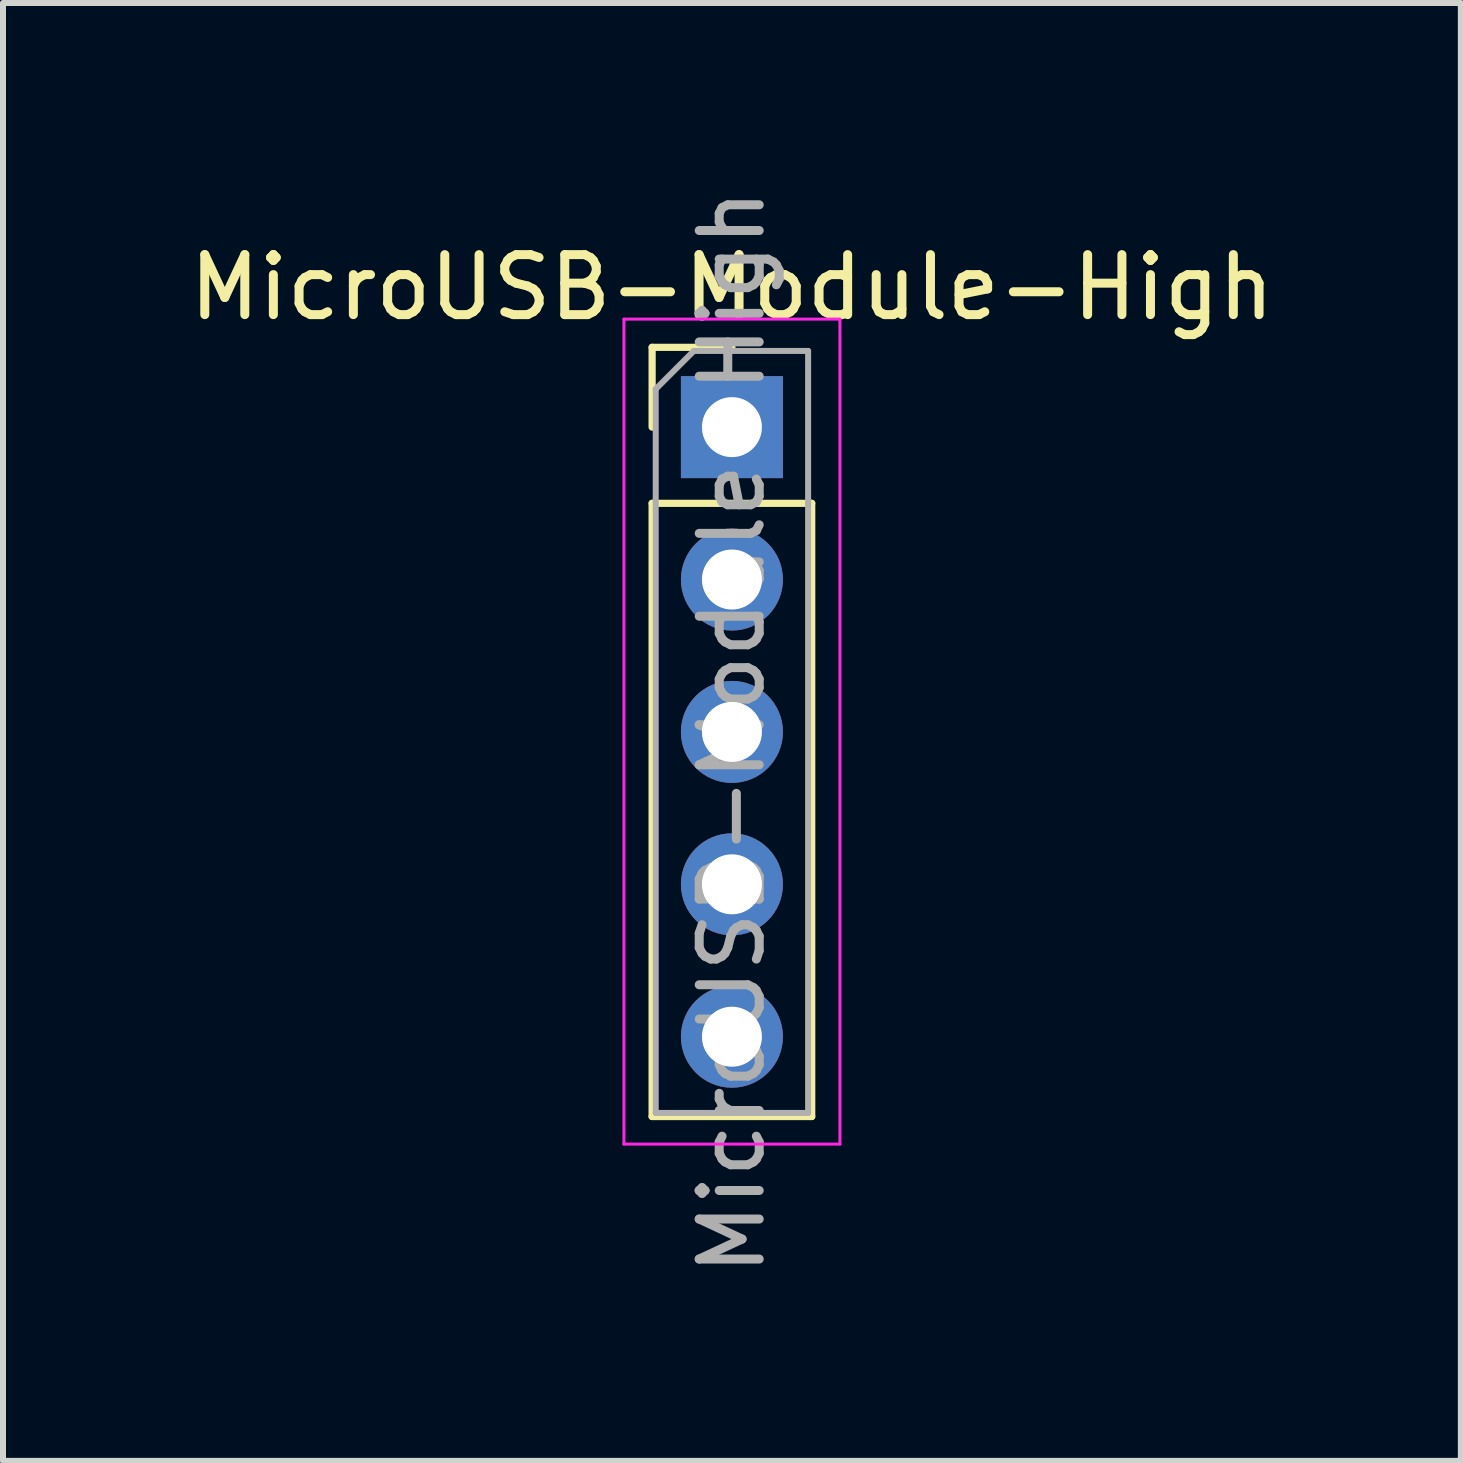
<source format=kicad_pcb>
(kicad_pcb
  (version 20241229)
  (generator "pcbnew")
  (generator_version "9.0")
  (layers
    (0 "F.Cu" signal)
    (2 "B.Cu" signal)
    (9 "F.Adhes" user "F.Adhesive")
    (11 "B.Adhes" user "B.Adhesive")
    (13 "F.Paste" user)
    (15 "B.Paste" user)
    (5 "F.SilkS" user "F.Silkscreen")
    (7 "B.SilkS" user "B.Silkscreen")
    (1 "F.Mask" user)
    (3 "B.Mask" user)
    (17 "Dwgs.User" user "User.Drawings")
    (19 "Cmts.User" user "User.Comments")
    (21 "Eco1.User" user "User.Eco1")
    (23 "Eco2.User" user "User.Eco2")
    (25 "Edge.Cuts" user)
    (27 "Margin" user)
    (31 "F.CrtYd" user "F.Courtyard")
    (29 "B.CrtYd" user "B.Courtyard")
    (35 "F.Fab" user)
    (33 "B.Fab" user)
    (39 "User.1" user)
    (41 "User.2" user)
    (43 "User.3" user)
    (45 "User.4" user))
  (footprint "MicroUSB-Module-High"
    (layer "F.Cu")
    (at 9.149 4.069)
    (property "Reference" "MicroUSB-Module-High" (at 0 -2.33 0) (layer "F.SilkS") (effects (font (size 1 1) (thickness 0.15))))
    (attr through_hole)
    (fp_line (start -1.33 -1.33) (end 0 -1.33) (stroke (width 0.12) (type solid)) (layer "F.SilkS"))
    (fp_line (start -1.33 0) (end -1.33 -1.33) (stroke (width 0.12) (type solid)) (layer "F.SilkS"))
    (fp_line (start -1.33 1.27) (end -1.33 11.49) (stroke (width 0.12) (type solid)) (layer "F.SilkS"))
    (fp_line (start -1.33 1.27) (end 1.33 1.27) (stroke (width 0.12) (type solid)) (layer "F.SilkS"))
    (fp_line (start -1.33 11.49) (end 1.33 11.49) (stroke (width 0.12) (type solid)) (layer "F.SilkS"))
    (fp_line (start 1.33 1.27) (end 1.33 11.49) (stroke (width 0.12) (type solid)) (layer "F.SilkS"))
    (fp_line (start -1.8 -1.8) (end -1.8 11.95) (stroke (width 0.05) (type solid)) (layer "F.CrtYd"))
    (fp_line (start -1.8 11.95) (end 1.8 11.95) (stroke (width 0.05) (type solid)) (layer "F.CrtYd"))
    (fp_line (start 1.8 -1.8) (end -1.8 -1.8) (stroke (width 0.05) (type solid)) (layer "F.CrtYd"))
    (fp_line (start 1.8 11.95) (end 1.8 -1.8) (stroke (width 0.05) (type solid)) (layer "F.CrtYd"))
    (fp_line (start -1.27 -0.635) (end -0.635 -1.27) (stroke (width 0.1) (type solid)) (layer "F.Fab"))
    (fp_line (start -1.27 11.43) (end -1.27 -0.635) (stroke (width 0.1) (type solid)) (layer "F.Fab"))
    (fp_line (start -0.635 -1.27) (end 1.27 -1.27) (stroke (width 0.1) (type solid)) (layer "F.Fab"))
    (fp_line (start 1.27 -1.27) (end 1.27 11.43) (stroke (width 0.1) (type solid)) (layer "F.Fab"))
    (fp_line (start 1.27 11.43) (end -1.27 11.43) (stroke (width 0.1) (type solid)) (layer "F.Fab"))
    (fp_text user "${REFERENCE}" (at 0 5.08 90) (layer "F.Fab") (effects (font (size 1 1) (thickness 0.15))))
    (pad "1" thru_hole rect (at 0 0) (size 1.7 1.7) (drill 1) (layers "*.Cu" "*.Mask"))
    (pad "2" thru_hole oval (at 0 2.54) (size 1.7 1.7) (drill 1) (layers "*.Cu" "*.Mask"))
    (pad "3" thru_hole oval (at 0 5.08) (size 1.7 1.7) (drill 1) (layers "*.Cu" "*.Mask"))
    (pad "4" thru_hole oval (at 0 7.62) (size 1.7 1.7) (drill 1) (layers "*.Cu" "*.Mask"))
    (pad "5" thru_hole oval (at 0 10.16) (size 1.7 1.7) (drill 1) (layers "*.Cu" "*.Mask")))
  (gr_rect
    (start -3 -3)
    (end 21.298 21.298)
    (stroke (width 0.1) (type default))
    (fill no)
    (layer "Edge.Cuts")))
</source>
